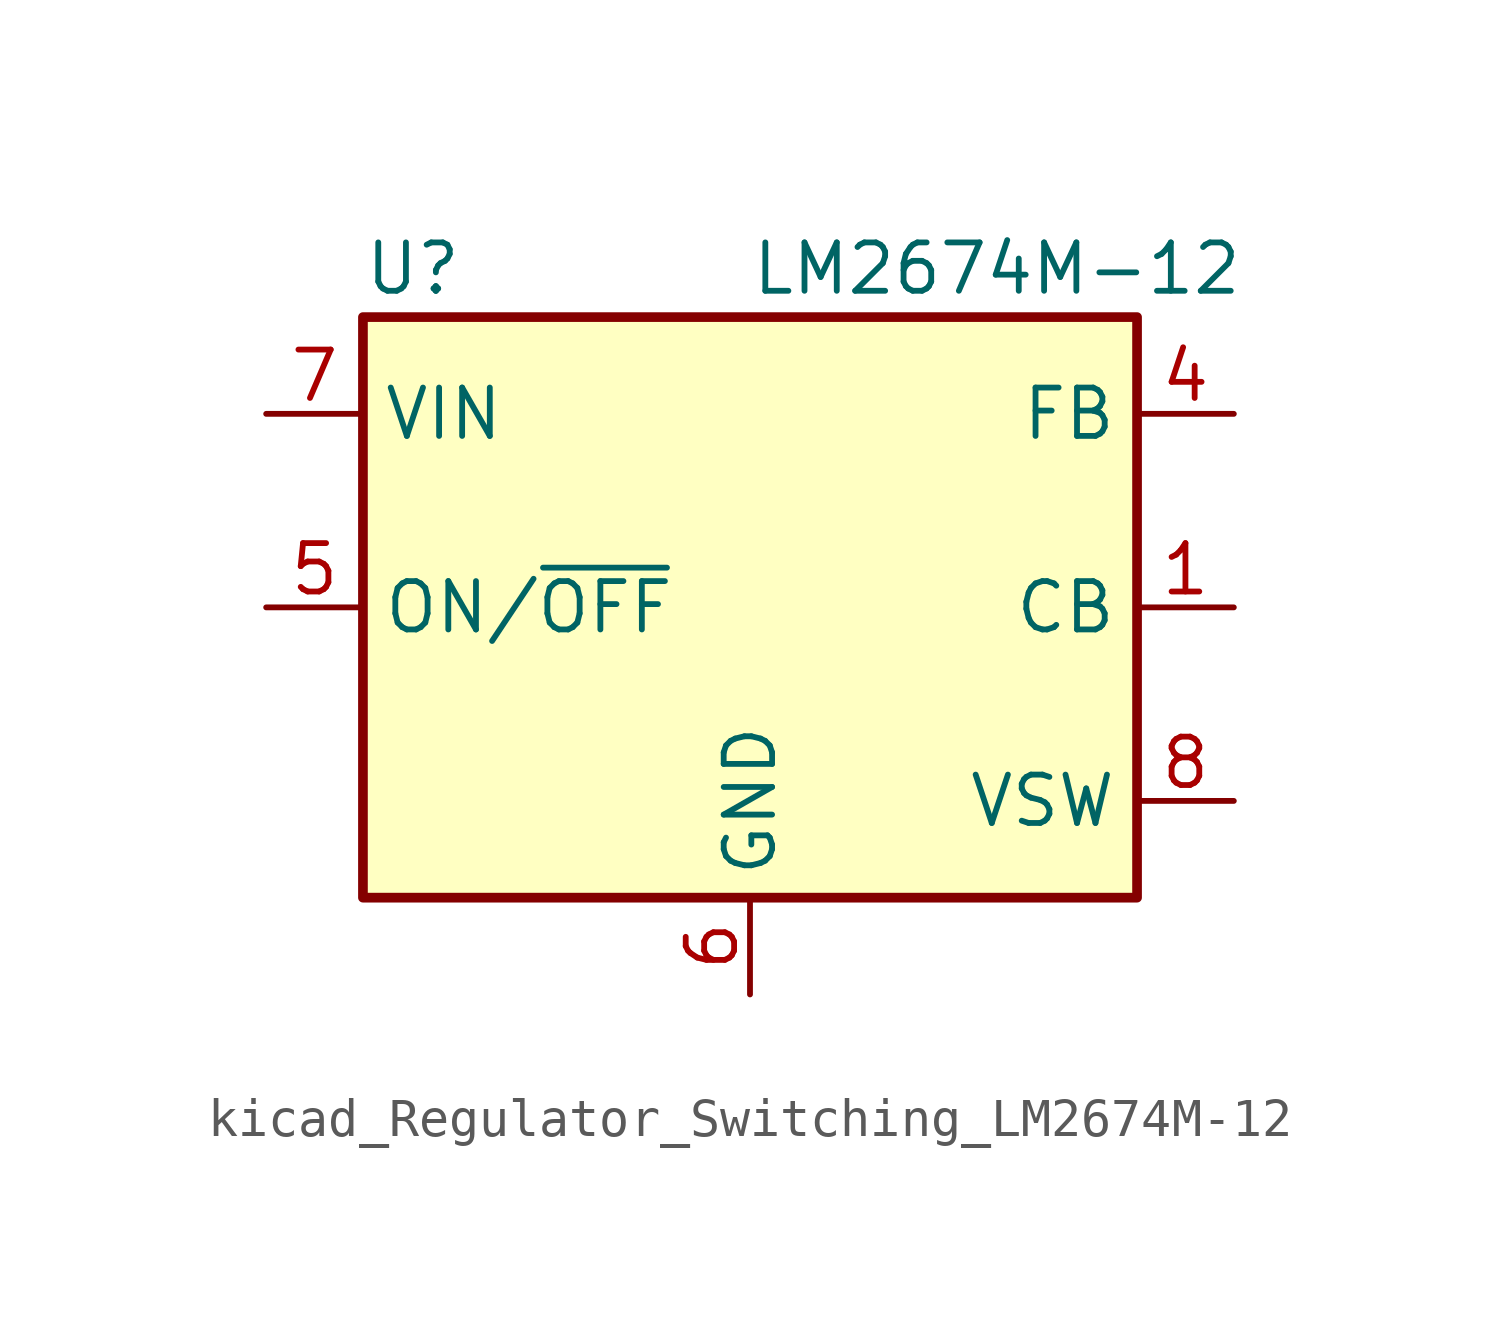
<source format=kicad_sym>
(kicad_symbol_lib
  (version 20220914)
  (generator kicad_symbol_editor)
  (symbol "kicad_Regulator_Switching_LM2674M-12"
    (property "Reference" "U"
      (at -10.16 8.89 0)
      (effects (font (size 1.27 1.27)) (justify left)))
    (property "Value" "LM2674M-12"
      (at 0 8.89 0)
      (effects (font (size 1.27 1.27)) (justify left)))
    (symbol "kicad_Regulator_Switching_LM2674M-12_0_1"
      (rectangle (start -10.16 7.62) (end 10.16 -7.62) (stroke (width 0.254) (type default)) (fill (type background))))
    (symbol "kicad_Regulator_Switching_LM2674M-12_1_1"
      (pin input line (at 12.7 0 180) (length 2.54) (name "CB" (effects (font (size 1.27 1.27)))) (number "1" (effects (font (size 1.27 1.27)))))
      (pin no_connect line (at -10.16 -2.54 0) (length 2.54) hide (name "NC" (effects (font (size 1.27 1.27)))) (number "2" (effects (font (size 1.27 1.27)))))
      (pin no_connect line (at -10.16 -5.08 0) (length 2.54) hide (name "NC" (effects (font (size 1.27 1.27)))) (number "3" (effects (font (size 1.27 1.27)))))
      (pin input line (at 12.7 5.08 180) (length 2.54) (name "FB" (effects (font (size 1.27 1.27)))) (number "4" (effects (font (size 1.27 1.27)))))
      (pin input line (at -12.7 0 0) (length 2.54) (name "ON/~{OFF}" (effects (font (size 1.27 1.27)))) (number "5" (effects (font (size 1.27 1.27)))))
      (pin power_in line (at 0 -10.16 90) (length 2.54) (name "GND" (effects (font (size 1.27 1.27)))) (number "6" (effects (font (size 1.27 1.27)))))
      (pin power_in line (at -12.7 5.08 0) (length 2.54) (name "VIN" (effects (font (size 1.27 1.27)))) (number "7" (effects (font (size 1.27 1.27)))))
      (pin output line (at 12.7 -5.08 180) (length 2.54) (name "VSW" (effects (font (size 1.27 1.27)))) (number "8" (effects (font (size 1.27 1.27))))))))
</source>
